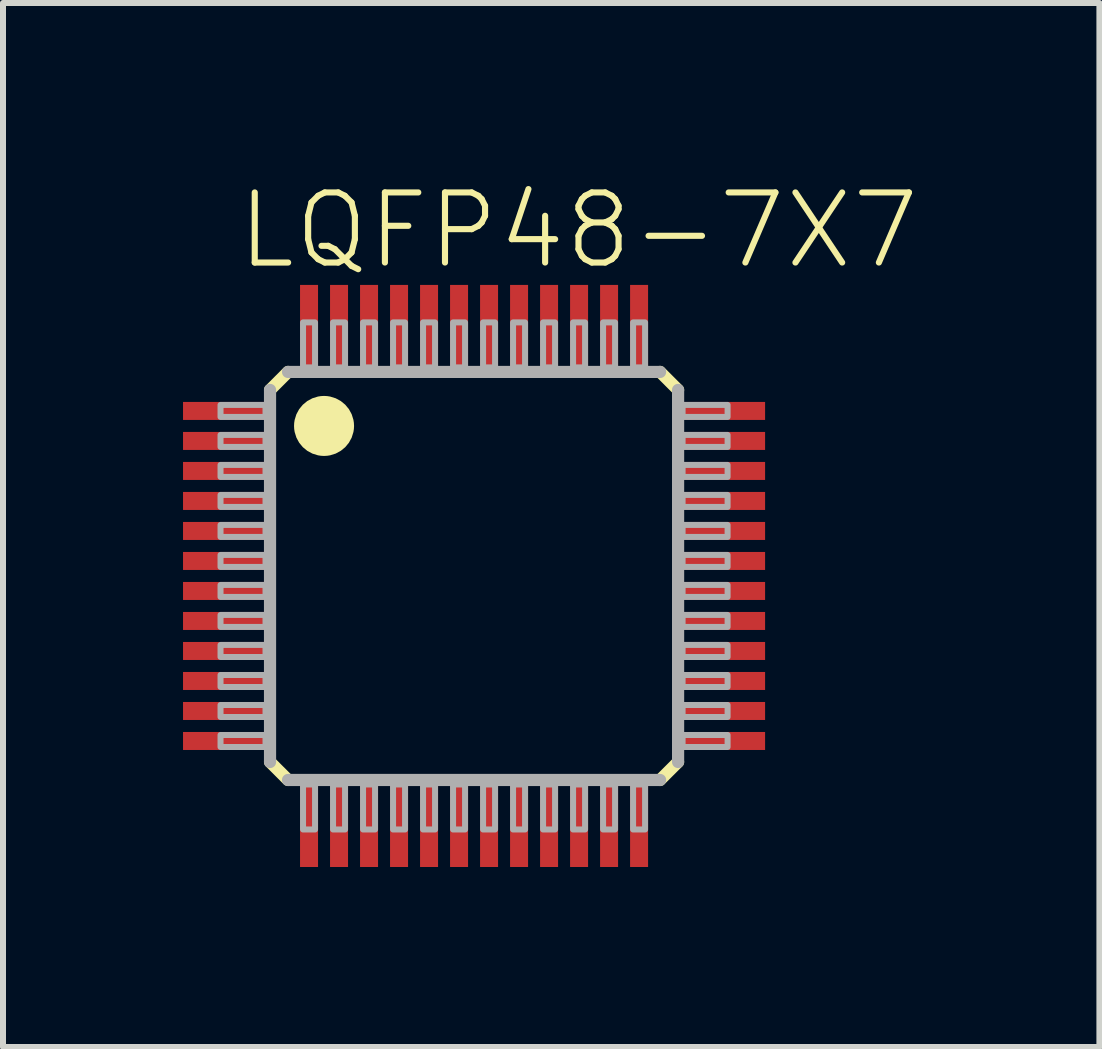
<source format=kicad_pcb>
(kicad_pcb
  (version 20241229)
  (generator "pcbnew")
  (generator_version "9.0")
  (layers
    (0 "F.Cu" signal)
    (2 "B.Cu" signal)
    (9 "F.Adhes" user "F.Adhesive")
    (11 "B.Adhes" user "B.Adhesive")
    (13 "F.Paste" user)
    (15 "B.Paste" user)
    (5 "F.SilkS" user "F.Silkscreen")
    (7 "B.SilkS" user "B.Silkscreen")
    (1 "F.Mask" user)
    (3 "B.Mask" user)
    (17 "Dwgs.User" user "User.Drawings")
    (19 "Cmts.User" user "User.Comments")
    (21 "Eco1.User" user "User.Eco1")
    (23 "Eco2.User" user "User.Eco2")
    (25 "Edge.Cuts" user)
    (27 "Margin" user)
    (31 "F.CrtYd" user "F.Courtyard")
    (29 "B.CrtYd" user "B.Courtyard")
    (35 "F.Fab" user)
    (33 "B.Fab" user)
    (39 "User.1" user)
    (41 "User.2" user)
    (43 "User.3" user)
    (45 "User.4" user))
  (footprint "LQFP48-7X7"
    (layer "F.Cu")
    (at 4.85 6.548)
    (property "Reference" "LQFP48-7X7" (at -4 -5.075 0) (layer "F.SilkS") (effects (font (size 1.168 1.168) (thickness 0.102)) (justify left bottom)))
    (fp_poly (pts (xy -4.8 -2.6) (xy -3.4 -2.6) (xy -3.4 -2.9) (xy -4.8 -2.9)) (stroke (width 0.1) (type solid)) (fill no) (layer "F.Mask"))
    (fp_poly (pts (xy -4.8 -2.1) (xy -3.4 -2.1) (xy -3.4 -2.4) (xy -4.8 -2.4)) (stroke (width 0.1) (type solid)) (fill no) (layer "F.Mask"))
    (fp_poly (pts (xy -4.8 -1.6) (xy -3.4 -1.6) (xy -3.4 -1.9) (xy -4.8 -1.9)) (stroke (width 0.1) (type solid)) (fill no) (layer "F.Mask"))
    (fp_poly (pts (xy -4.8 -1.1) (xy -3.4 -1.1) (xy -3.4 -1.4) (xy -4.8 -1.4)) (stroke (width 0.1) (type solid)) (fill no) (layer "F.Mask"))
    (fp_poly (pts (xy -4.8 -0.6) (xy -3.4 -0.6) (xy -3.4 -0.9) (xy -4.8 -0.9)) (stroke (width 0.1) (type solid)) (fill no) (layer "F.Mask"))
    (fp_poly (pts (xy -4.8 -0.1) (xy -3.4 -0.1) (xy -3.4 -0.4) (xy -4.8 -0.4)) (stroke (width 0.1) (type solid)) (fill no) (layer "F.Mask"))
    (fp_poly (pts (xy -4.8 0.4) (xy -3.4 0.4) (xy -3.4 0.1) (xy -4.8 0.1)) (stroke (width 0.1) (type solid)) (fill no) (layer "F.Mask"))
    (fp_poly (pts (xy -4.8 0.9) (xy -3.4 0.9) (xy -3.4 0.6) (xy -4.8 0.6)) (stroke (width 0.1) (type solid)) (fill no) (layer "F.Mask"))
    (fp_poly (pts (xy -4.8 1.4) (xy -3.4 1.4) (xy -3.4 1.1) (xy -4.8 1.1)) (stroke (width 0.1) (type solid)) (fill no) (layer "F.Mask"))
    (fp_poly (pts (xy -4.8 1.9) (xy -3.4 1.9) (xy -3.4 1.6) (xy -4.8 1.6)) (stroke (width 0.1) (type solid)) (fill no) (layer "F.Mask"))
    (fp_poly (pts (xy -4.8 2.4) (xy -3.4 2.4) (xy -3.4 2.1) (xy -4.8 2.1)) (stroke (width 0.1) (type solid)) (fill no) (layer "F.Mask"))
    (fp_poly (pts (xy -4.8 2.9) (xy -3.4 2.9) (xy -3.4 2.6) (xy -4.8 2.6)) (stroke (width 0.1) (type solid)) (fill no) (layer "F.Mask"))
    (fp_poly (pts (xy -2.9 -3.4) (xy -2.6 -3.4) (xy -2.6 -4.8) (xy -2.9 -4.8)) (stroke (width 0.1) (type solid)) (fill no) (layer "F.Mask"))
    (fp_poly (pts (xy -2.9 4.8) (xy -2.6 4.8) (xy -2.6 3.4) (xy -2.9 3.4)) (stroke (width 0.1) (type solid)) (fill no) (layer "F.Mask"))
    (fp_poly (pts (xy -2.4 -3.4) (xy -2.1 -3.4) (xy -2.1 -4.8) (xy -2.4 -4.8)) (stroke (width 0.1) (type solid)) (fill no) (layer "F.Mask"))
    (fp_poly (pts (xy -2.4 4.8) (xy -2.1 4.8) (xy -2.1 3.4) (xy -2.4 3.4)) (stroke (width 0.1) (type solid)) (fill no) (layer "F.Mask"))
    (fp_poly (pts (xy -1.9 -3.4) (xy -1.6 -3.4) (xy -1.6 -4.8) (xy -1.9 -4.8)) (stroke (width 0.1) (type solid)) (fill no) (layer "F.Mask"))
    (fp_poly (pts (xy -1.9 4.8) (xy -1.6 4.8) (xy -1.6 3.4) (xy -1.9 3.4)) (stroke (width 0.1) (type solid)) (fill no) (layer "F.Mask"))
    (fp_poly (pts (xy -1.4 -3.4) (xy -1.1 -3.4) (xy -1.1 -4.8) (xy -1.4 -4.8)) (stroke (width 0.1) (type solid)) (fill no) (layer "F.Mask"))
    (fp_poly (pts (xy -1.4 4.8) (xy -1.1 4.8) (xy -1.1 3.4) (xy -1.4 3.4)) (stroke (width 0.1) (type solid)) (fill no) (layer "F.Mask"))
    (fp_poly (pts (xy -0.9 -3.4) (xy -0.6 -3.4) (xy -0.6 -4.8) (xy -0.9 -4.8)) (stroke (width 0.1) (type solid)) (fill no) (layer "F.Mask"))
    (fp_poly (pts (xy -0.9 4.8) (xy -0.6 4.8) (xy -0.6 3.4) (xy -0.9 3.4)) (stroke (width 0.1) (type solid)) (fill no) (layer "F.Mask"))
    (fp_poly (pts (xy -0.4 -3.4) (xy -0.1 -3.4) (xy -0.1 -4.8) (xy -0.4 -4.8)) (stroke (width 0.1) (type solid)) (fill no) (layer "F.Mask"))
    (fp_poly (pts (xy -0.4 4.8) (xy -0.1 4.8) (xy -0.1 3.4) (xy -0.4 3.4)) (stroke (width 0.1) (type solid)) (fill no) (layer "F.Mask"))
    (fp_poly (pts (xy 0.1 -3.4) (xy 0.4 -3.4) (xy 0.4 -4.8) (xy 0.1 -4.8)) (stroke (width 0.1) (type solid)) (fill no) (layer "F.Mask"))
    (fp_poly (pts (xy 0.1 4.8) (xy 0.4 4.8) (xy 0.4 3.4) (xy 0.1 3.4)) (stroke (width 0.1) (type solid)) (fill no) (layer "F.Mask"))
    (fp_poly (pts (xy 0.6 -3.4) (xy 0.9 -3.4) (xy 0.9 -4.8) (xy 0.6 -4.8)) (stroke (width 0.1) (type solid)) (fill no) (layer "F.Mask"))
    (fp_poly (pts (xy 0.6 4.8) (xy 0.9 4.8) (xy 0.9 3.4) (xy 0.6 3.4)) (stroke (width 0.1) (type solid)) (fill no) (layer "F.Mask"))
    (fp_poly (pts (xy 1.1 -3.4) (xy 1.4 -3.4) (xy 1.4 -4.8) (xy 1.1 -4.8)) (stroke (width 0.1) (type solid)) (fill no) (layer "F.Mask"))
    (fp_poly (pts (xy 1.1 4.8) (xy 1.4 4.8) (xy 1.4 3.4) (xy 1.1 3.4)) (stroke (width 0.1) (type solid)) (fill no) (layer "F.Mask"))
    (fp_poly (pts (xy 1.6 -3.4) (xy 1.9 -3.4) (xy 1.9 -4.8) (xy 1.6 -4.8)) (stroke (width 0.1) (type solid)) (fill no) (layer "F.Mask"))
    (fp_poly (pts (xy 1.6 4.8) (xy 1.9 4.8) (xy 1.9 3.4) (xy 1.6 3.4)) (stroke (width 0.1) (type solid)) (fill no) (layer "F.Mask"))
    (fp_poly (pts (xy 2.1 -3.4) (xy 2.4 -3.4) (xy 2.4 -4.8) (xy 2.1 -4.8)) (stroke (width 0.1) (type solid)) (fill no) (layer "F.Mask"))
    (fp_poly (pts (xy 2.1 4.8) (xy 2.4 4.8) (xy 2.4 3.4) (xy 2.1 3.4)) (stroke (width 0.1) (type solid)) (fill no) (layer "F.Mask"))
    (fp_poly (pts (xy 2.6 -3.4) (xy 2.9 -3.4) (xy 2.9 -4.8) (xy 2.6 -4.8)) (stroke (width 0.1) (type solid)) (fill no) (layer "F.Mask"))
    (fp_poly (pts (xy 2.6 4.8) (xy 2.9 4.8) (xy 2.9 3.4) (xy 2.6 3.4)) (stroke (width 0.1) (type solid)) (fill no) (layer "F.Mask"))
    (fp_poly (pts (xy 3.4 -2.6) (xy 4.8 -2.6) (xy 4.8 -2.9) (xy 3.4 -2.9)) (stroke (width 0.1) (type solid)) (fill no) (layer "F.Mask"))
    (fp_poly (pts (xy 3.4 -2.1) (xy 4.8 -2.1) (xy 4.8 -2.4) (xy 3.4 -2.4)) (stroke (width 0.1) (type solid)) (fill no) (layer "F.Mask"))
    (fp_poly (pts (xy 3.4 -1.6) (xy 4.8 -1.6) (xy 4.8 -1.9) (xy 3.4 -1.9)) (stroke (width 0.1) (type solid)) (fill no) (layer "F.Mask"))
    (fp_poly (pts (xy 3.4 -1.1) (xy 4.8 -1.1) (xy 4.8 -1.4) (xy 3.4 -1.4)) (stroke (width 0.1) (type solid)) (fill no) (layer "F.Mask"))
    (fp_poly (pts (xy 3.4 -0.6) (xy 4.8 -0.6) (xy 4.8 -0.9) (xy 3.4 -0.9)) (stroke (width 0.1) (type solid)) (fill no) (layer "F.Mask"))
    (fp_poly (pts (xy 3.4 -0.1) (xy 4.8 -0.1) (xy 4.8 -0.4) (xy 3.4 -0.4)) (stroke (width 0.1) (type solid)) (fill no) (layer "F.Mask"))
    (fp_poly (pts (xy 3.4 0.4) (xy 4.8 0.4) (xy 4.8 0.1) (xy 3.4 0.1)) (stroke (width 0.1) (type solid)) (fill no) (layer "F.Mask"))
    (fp_poly (pts (xy 3.4 0.9) (xy 4.8 0.9) (xy 4.8 0.6) (xy 3.4 0.6)) (stroke (width 0.1) (type solid)) (fill no) (layer "F.Mask"))
    (fp_poly (pts (xy 3.4 1.4) (xy 4.8 1.4) (xy 4.8 1.1) (xy 3.4 1.1)) (stroke (width 0.1) (type solid)) (fill no) (layer "F.Mask"))
    (fp_poly (pts (xy 3.4 1.9) (xy 4.8 1.9) (xy 4.8 1.6) (xy 3.4 1.6)) (stroke (width 0.1) (type solid)) (fill no) (layer "F.Mask"))
    (fp_poly (pts (xy 3.4 2.4) (xy 4.8 2.4) (xy 4.8 2.1) (xy 3.4 2.1)) (stroke (width 0.1) (type solid)) (fill no) (layer "F.Mask"))
    (fp_poly (pts (xy 3.4 2.9) (xy 4.8 2.9) (xy 4.8 2.6) (xy 3.4 2.6)) (stroke (width 0.1) (type solid)) (fill no) (layer "F.Mask"))
    (fp_line (start -3.4 -3.1) (end -3.1 -3.4) (stroke (width 0.203) (type solid)) (layer "F.SilkS"))
    (fp_line (start -3.1 3.4) (end -3.4 3.1) (stroke (width 0.203) (type solid)) (layer "F.SilkS"))
    (fp_line (start 3.1 -3.4) (end 3.4 -3.1) (stroke (width 0.203) (type solid)) (layer "F.SilkS"))
    (fp_line (start 3.4 3.1) (end 3.1 3.4) (stroke (width 0.203) (type solid)) (layer "F.SilkS"))
    (fp_circle (center -2.5 -2.5) (end -2.25 -2.5) (stroke (width 0.5) (type solid)) (fill no) (layer "F.SilkS"))
    (fp_poly (pts (xy -4.375 -2.625) (xy -3.525 -2.625) (xy -3.525 -2.875) (xy -4.375 -2.875)) (stroke (width 0.1) (type solid)) (fill no) (layer "F.Paste"))
    (fp_poly (pts (xy -4.375 -2.125) (xy -3.525 -2.125) (xy -3.525 -2.375) (xy -4.375 -2.375)) (stroke (width 0.1) (type solid)) (fill no) (layer "F.Paste"))
    (fp_poly (pts (xy -4.375 -1.625) (xy -3.525 -1.625) (xy -3.525 -1.875) (xy -4.375 -1.875)) (stroke (width 0.1) (type solid)) (fill no) (layer "F.Paste"))
    (fp_poly (pts (xy -4.375 -1.125) (xy -3.525 -1.125) (xy -3.525 -1.375) (xy -4.375 -1.375)) (stroke (width 0.1) (type solid)) (fill no) (layer "F.Paste"))
    (fp_poly (pts (xy -4.375 -0.625) (xy -3.525 -0.625) (xy -3.525 -0.875) (xy -4.375 -0.875)) (stroke (width 0.1) (type solid)) (fill no) (layer "F.Paste"))
    (fp_poly (pts (xy -4.375 -0.125) (xy -3.525 -0.125) (xy -3.525 -0.375) (xy -4.375 -0.375)) (stroke (width 0.1) (type solid)) (fill no) (layer "F.Paste"))
    (fp_poly (pts (xy -4.375 0.375) (xy -3.525 0.375) (xy -3.525 0.125) (xy -4.375 0.125)) (stroke (width 0.1) (type solid)) (fill no) (layer "F.Paste"))
    (fp_poly (pts (xy -4.375 0.875) (xy -3.525 0.875) (xy -3.525 0.625) (xy -4.375 0.625)) (stroke (width 0.1) (type solid)) (fill no) (layer "F.Paste"))
    (fp_poly (pts (xy -4.375 1.375) (xy -3.525 1.375) (xy -3.525 1.125) (xy -4.375 1.125)) (stroke (width 0.1) (type solid)) (fill no) (layer "F.Paste"))
    (fp_poly (pts (xy -4.375 1.875) (xy -3.525 1.875) (xy -3.525 1.625) (xy -4.375 1.625)) (stroke (width 0.1) (type solid)) (fill no) (layer "F.Paste"))
    (fp_poly (pts (xy -4.375 2.375) (xy -3.525 2.375) (xy -3.525 2.125) (xy -4.375 2.125)) (stroke (width 0.1) (type solid)) (fill no) (layer "F.Paste"))
    (fp_poly (pts (xy -4.375 2.875) (xy -3.525 2.875) (xy -3.525 2.625) (xy -4.375 2.625)) (stroke (width 0.1) (type solid)) (fill no) (layer "F.Paste"))
    (fp_poly (pts (xy -2.875 -4.375) (xy -2.875 -3.525) (xy -2.625 -3.525) (xy -2.625 -4.375)) (stroke (width 0.1) (type solid)) (fill no) (layer "F.Paste"))
    (fp_poly (pts (xy -2.625 4.375) (xy -2.625 3.525) (xy -2.875 3.525) (xy -2.875 4.375)) (stroke (width 0.1) (type solid)) (fill no) (layer "F.Paste"))
    (fp_poly (pts (xy -2.375 -4.375) (xy -2.375 -3.525) (xy -2.125 -3.525) (xy -2.125 -4.375)) (stroke (width 0.1) (type solid)) (fill no) (layer "F.Paste"))
    (fp_poly (pts (xy -2.125 4.375) (xy -2.125 3.525) (xy -2.375 3.525) (xy -2.375 4.375)) (stroke (width 0.1) (type solid)) (fill no) (layer "F.Paste"))
    (fp_poly (pts (xy -1.875 -4.375) (xy -1.875 -3.525) (xy -1.625 -3.525) (xy -1.625 -4.375)) (stroke (width 0.1) (type solid)) (fill no) (layer "F.Paste"))
    (fp_poly (pts (xy -1.625 4.375) (xy -1.625 3.525) (xy -1.875 3.525) (xy -1.875 4.375)) (stroke (width 0.1) (type solid)) (fill no) (layer "F.Paste"))
    (fp_poly (pts (xy -1.375 -4.375) (xy -1.375 -3.525) (xy -1.125 -3.525) (xy -1.125 -4.375)) (stroke (width 0.1) (type solid)) (fill no) (layer "F.Paste"))
    (fp_poly (pts (xy -1.125 4.375) (xy -1.125 3.525) (xy -1.375 3.525) (xy -1.375 4.375)) (stroke (width 0.1) (type solid)) (fill no) (layer "F.Paste"))
    (fp_poly (pts (xy -0.875 -4.375) (xy -0.875 -3.525) (xy -0.625 -3.525) (xy -0.625 -4.375)) (stroke (width 0.1) (type solid)) (fill no) (layer "F.Paste"))
    (fp_poly (pts (xy -0.625 4.375) (xy -0.625 3.525) (xy -0.875 3.525) (xy -0.875 4.375)) (stroke (width 0.1) (type solid)) (fill no) (layer "F.Paste"))
    (fp_poly (pts (xy -0.375 -4.375) (xy -0.375 -3.525) (xy -0.125 -3.525) (xy -0.125 -4.375)) (stroke (width 0.1) (type solid)) (fill no) (layer "F.Paste"))
    (fp_poly (pts (xy -0.125 4.375) (xy -0.125 3.525) (xy -0.375 3.525) (xy -0.375 4.375)) (stroke (width 0.1) (type solid)) (fill no) (layer "F.Paste"))
    (fp_poly (pts (xy 0.125 -4.375) (xy 0.125 -3.525) (xy 0.375 -3.525) (xy 0.375 -4.375)) (stroke (width 0.1) (type solid)) (fill no) (layer "F.Paste"))
    (fp_poly (pts (xy 0.375 4.375) (xy 0.375 3.525) (xy 0.125 3.525) (xy 0.125 4.375)) (stroke (width 0.1) (type solid)) (fill no) (layer "F.Paste"))
    (fp_poly (pts (xy 0.625 -4.375) (xy 0.625 -3.525) (xy 0.875 -3.525) (xy 0.875 -4.375)) (stroke (width 0.1) (type solid)) (fill no) (layer "F.Paste"))
    (fp_poly (pts (xy 0.875 4.375) (xy 0.875 3.525) (xy 0.625 3.525) (xy 0.625 4.375)) (stroke (width 0.1) (type solid)) (fill no) (layer "F.Paste"))
    (fp_poly (pts (xy 1.125 -4.375) (xy 1.125 -3.525) (xy 1.375 -3.525) (xy 1.375 -4.375)) (stroke (width 0.1) (type solid)) (fill no) (layer "F.Paste"))
    (fp_poly (pts (xy 1.375 4.375) (xy 1.375 3.525) (xy 1.125 3.525) (xy 1.125 4.375)) (stroke (width 0.1) (type solid)) (fill no) (layer "F.Paste"))
    (fp_poly (pts (xy 1.625 -4.375) (xy 1.625 -3.525) (xy 1.875 -3.525) (xy 1.875 -4.375)) (stroke (width 0.1) (type solid)) (fill no) (layer "F.Paste"))
    (fp_poly (pts (xy 1.875 4.375) (xy 1.875 3.525) (xy 1.625 3.525) (xy 1.625 4.375)) (stroke (width 0.1) (type solid)) (fill no) (layer "F.Paste"))
    (fp_poly (pts (xy 2.125 -4.375) (xy 2.125 -3.525) (xy 2.375 -3.525) (xy 2.375 -4.375)) (stroke (width 0.1) (type solid)) (fill no) (layer "F.Paste"))
    (fp_poly (pts (xy 2.375 4.375) (xy 2.375 3.525) (xy 2.125 3.525) (xy 2.125 4.375)) (stroke (width 0.1) (type solid)) (fill no) (layer "F.Paste"))
    (fp_poly (pts (xy 2.625 -4.375) (xy 2.625 -3.525) (xy 2.875 -3.525) (xy 2.875 -4.375)) (stroke (width 0.1) (type solid)) (fill no) (layer "F.Paste"))
    (fp_poly (pts (xy 2.875 4.375) (xy 2.875 3.525) (xy 2.625 3.525) (xy 2.625 4.375)) (stroke (width 0.1) (type solid)) (fill no) (layer "F.Paste"))
    (fp_poly (pts (xy 4.375 -2.875) (xy 3.525 -2.875) (xy 3.525 -2.625) (xy 4.375 -2.625)) (stroke (width 0.1) (type solid)) (fill no) (layer "F.Paste"))
    (fp_poly (pts (xy 4.375 -2.375) (xy 3.525 -2.375) (xy 3.525 -2.125) (xy 4.375 -2.125)) (stroke (width 0.1) (type solid)) (fill no) (layer "F.Paste"))
    (fp_poly (pts (xy 4.375 -1.875) (xy 3.525 -1.875) (xy 3.525 -1.625) (xy 4.375 -1.625)) (stroke (width 0.1) (type solid)) (fill no) (layer "F.Paste"))
    (fp_poly (pts (xy 4.375 -1.375) (xy 3.525 -1.375) (xy 3.525 -1.125) (xy 4.375 -1.125)) (stroke (width 0.1) (type solid)) (fill no) (layer "F.Paste"))
    (fp_poly (pts (xy 4.375 -0.875) (xy 3.525 -0.875) (xy 3.525 -0.625) (xy 4.375 -0.625)) (stroke (width 0.1) (type solid)) (fill no) (layer "F.Paste"))
    (fp_poly (pts (xy 4.375 -0.375) (xy 3.525 -0.375) (xy 3.525 -0.125) (xy 4.375 -0.125)) (stroke (width 0.1) (type solid)) (fill no) (layer "F.Paste"))
    (fp_poly (pts (xy 4.375 0.125) (xy 3.525 0.125) (xy 3.525 0.375) (xy 4.375 0.375)) (stroke (width 0.1) (type solid)) (fill no) (layer "F.Paste"))
    (fp_poly (pts (xy 4.375 0.625) (xy 3.525 0.625) (xy 3.525 0.875) (xy 4.375 0.875)) (stroke (width 0.1) (type solid)) (fill no) (layer "F.Paste"))
    (fp_poly (pts (xy 4.375 1.125) (xy 3.525 1.125) (xy 3.525 1.375) (xy 4.375 1.375)) (stroke (width 0.1) (type solid)) (fill no) (layer "F.Paste"))
    (fp_poly (pts (xy 4.375 1.625) (xy 3.525 1.625) (xy 3.525 1.875) (xy 4.375 1.875)) (stroke (width 0.1) (type solid)) (fill no) (layer "F.Paste"))
    (fp_poly (pts (xy 4.375 2.125) (xy 3.525 2.125) (xy 3.525 2.375) (xy 4.375 2.375)) (stroke (width 0.1) (type solid)) (fill no) (layer "F.Paste"))
    (fp_poly (pts (xy 4.375 2.625) (xy 3.525 2.625) (xy 3.525 2.875) (xy 4.375 2.875)) (stroke (width 0.1) (type solid)) (fill no) (layer "F.Paste"))
    (fp_line (start -3.4 3.1) (end -3.4 -3.1) (stroke (width 0.203) (type solid)) (layer "F.Fab"))
    (fp_line (start -3.1 -3.4) (end 3.1 -3.4) (stroke (width 0.203) (type solid)) (layer "F.Fab"))
    (fp_line (start 3.1 3.4) (end -3.1 3.4) (stroke (width 0.203) (type solid)) (layer "F.Fab"))
    (fp_line (start 3.4 -3.1) (end 3.4 3.1) (stroke (width 0.203) (type solid)) (layer "F.Fab"))
    (fp_poly (pts (xy -4.225 -2.65) (xy -3.475 -2.65) (xy -3.475 -2.85) (xy -4.225 -2.85)) (stroke (width 0.1) (type solid)) (fill no) (layer "F.Fab"))
    (fp_poly (pts (xy -4.225 -2.15) (xy -3.475 -2.15) (xy -3.475 -2.35) (xy -4.225 -2.35)) (stroke (width 0.1) (type solid)) (fill no) (layer "F.Fab"))
    (fp_poly (pts (xy -4.225 -1.65) (xy -3.475 -1.65) (xy -3.475 -1.85) (xy -4.225 -1.85)) (stroke (width 0.1) (type solid)) (fill no) (layer "F.Fab"))
    (fp_poly (pts (xy -4.225 -1.15) (xy -3.475 -1.15) (xy -3.475 -1.35) (xy -4.225 -1.35)) (stroke (width 0.1) (type solid)) (fill no) (layer "F.Fab"))
    (fp_poly (pts (xy -4.225 -0.65) (xy -3.475 -0.65) (xy -3.475 -0.85) (xy -4.225 -0.85)) (stroke (width 0.1) (type solid)) (fill no) (layer "F.Fab"))
    (fp_poly (pts (xy -4.225 -0.15) (xy -3.475 -0.15) (xy -3.475 -0.35) (xy -4.225 -0.35)) (stroke (width 0.1) (type solid)) (fill no) (layer "F.Fab"))
    (fp_poly (pts (xy -4.225 0.35) (xy -3.475 0.35) (xy -3.475 0.15) (xy -4.225 0.15)) (stroke (width 0.1) (type solid)) (fill no) (layer "F.Fab"))
    (fp_poly (pts (xy -4.225 0.85) (xy -3.475 0.85) (xy -3.475 0.65) (xy -4.225 0.65)) (stroke (width 0.1) (type solid)) (fill no) (layer "F.Fab"))
    (fp_poly (pts (xy -4.225 1.35) (xy -3.475 1.35) (xy -3.475 1.15) (xy -4.225 1.15)) (stroke (width 0.1) (type solid)) (fill no) (layer "F.Fab"))
    (fp_poly (pts (xy -4.225 1.85) (xy -3.475 1.85) (xy -3.475 1.65) (xy -4.225 1.65)) (stroke (width 0.1) (type solid)) (fill no) (layer "F.Fab"))
    (fp_poly (pts (xy -4.225 2.35) (xy -3.475 2.35) (xy -3.475 2.15) (xy -4.225 2.15)) (stroke (width 0.1) (type solid)) (fill no) (layer "F.Fab"))
    (fp_poly (pts (xy -4.225 2.85) (xy -3.475 2.85) (xy -3.475 2.65) (xy -4.225 2.65)) (stroke (width 0.1) (type solid)) (fill no) (layer "F.Fab"))
    (fp_poly (pts (xy -2.85 -4.225) (xy -2.85 -3.475) (xy -2.65 -3.475) (xy -2.65 -4.225)) (stroke (width 0.1) (type solid)) (fill no) (layer "F.Fab"))
    (fp_poly (pts (xy -2.65 4.225) (xy -2.65 3.475) (xy -2.85 3.475) (xy -2.85 4.225)) (stroke (width 0.1) (type solid)) (fill no) (layer "F.Fab"))
    (fp_poly (pts (xy -2.35 -4.225) (xy -2.35 -3.475) (xy -2.15 -3.475) (xy -2.15 -4.225)) (stroke (width 0.1) (type solid)) (fill no) (layer "F.Fab"))
    (fp_poly (pts (xy -2.15 4.225) (xy -2.15 3.475) (xy -2.35 3.475) (xy -2.35 4.225)) (stroke (width 0.1) (type solid)) (fill no) (layer "F.Fab"))
    (fp_poly (pts (xy -1.85 -4.225) (xy -1.85 -3.475) (xy -1.65 -3.475) (xy -1.65 -4.225)) (stroke (width 0.1) (type solid)) (fill no) (layer "F.Fab"))
    (fp_poly (pts (xy -1.65 4.225) (xy -1.65 3.475) (xy -1.85 3.475) (xy -1.85 4.225)) (stroke (width 0.1) (type solid)) (fill no) (layer "F.Fab"))
    (fp_poly (pts (xy -1.35 -4.225) (xy -1.35 -3.475) (xy -1.15 -3.475) (xy -1.15 -4.225)) (stroke (width 0.1) (type solid)) (fill no) (layer "F.Fab"))
    (fp_poly (pts (xy -1.15 4.225) (xy -1.15 3.475) (xy -1.35 3.475) (xy -1.35 4.225)) (stroke (width 0.1) (type solid)) (fill no) (layer "F.Fab"))
    (fp_poly (pts (xy -0.85 -4.225) (xy -0.85 -3.475) (xy -0.65 -3.475) (xy -0.65 -4.225)) (stroke (width 0.1) (type solid)) (fill no) (layer "F.Fab"))
    (fp_poly (pts (xy -0.65 4.225) (xy -0.65 3.475) (xy -0.85 3.475) (xy -0.85 4.225)) (stroke (width 0.1) (type solid)) (fill no) (layer "F.Fab"))
    (fp_poly (pts (xy -0.35 -4.225) (xy -0.35 -3.475) (xy -0.15 -3.475) (xy -0.15 -4.225)) (stroke (width 0.1) (type solid)) (fill no) (layer "F.Fab"))
    (fp_poly (pts (xy -0.15 4.225) (xy -0.15 3.475) (xy -0.35 3.475) (xy -0.35 4.225)) (stroke (width 0.1) (type solid)) (fill no) (layer "F.Fab"))
    (fp_poly (pts (xy 0.15 -4.225) (xy 0.15 -3.475) (xy 0.35 -3.475) (xy 0.35 -4.225)) (stroke (width 0.1) (type solid)) (fill no) (layer "F.Fab"))
    (fp_poly (pts (xy 0.35 4.225) (xy 0.35 3.475) (xy 0.15 3.475) (xy 0.15 4.225)) (stroke (width 0.1) (type solid)) (fill no) (layer "F.Fab"))
    (fp_poly (pts (xy 0.65 -4.225) (xy 0.65 -3.475) (xy 0.85 -3.475) (xy 0.85 -4.225)) (stroke (width 0.1) (type solid)) (fill no) (layer "F.Fab"))
    (fp_poly (pts (xy 0.85 4.225) (xy 0.85 3.475) (xy 0.65 3.475) (xy 0.65 4.225)) (stroke (width 0.1) (type solid)) (fill no) (layer "F.Fab"))
    (fp_poly (pts (xy 1.15 -4.225) (xy 1.15 -3.475) (xy 1.35 -3.475) (xy 1.35 -4.225)) (stroke (width 0.1) (type solid)) (fill no) (layer "F.Fab"))
    (fp_poly (pts (xy 1.35 4.225) (xy 1.35 3.475) (xy 1.15 3.475) (xy 1.15 4.225)) (stroke (width 0.1) (type solid)) (fill no) (layer "F.Fab"))
    (fp_poly (pts (xy 1.65 -4.225) (xy 1.65 -3.475) (xy 1.85 -3.475) (xy 1.85 -4.225)) (stroke (width 0.1) (type solid)) (fill no) (layer "F.Fab"))
    (fp_poly (pts (xy 1.85 4.225) (xy 1.85 3.475) (xy 1.65 3.475) (xy 1.65 4.225)) (stroke (width 0.1) (type solid)) (fill no) (layer "F.Fab"))
    (fp_poly (pts (xy 2.15 -4.225) (xy 2.15 -3.475) (xy 2.35 -3.475) (xy 2.35 -4.225)) (stroke (width 0.1) (type solid)) (fill no) (layer "F.Fab"))
    (fp_poly (pts (xy 2.35 4.225) (xy 2.35 3.475) (xy 2.15 3.475) (xy 2.15 4.225)) (stroke (width 0.1) (type solid)) (fill no) (layer "F.Fab"))
    (fp_poly (pts (xy 2.65 -4.225) (xy 2.65 -3.475) (xy 2.85 -3.475) (xy 2.85 -4.225)) (stroke (width 0.1) (type solid)) (fill no) (layer "F.Fab"))
    (fp_poly (pts (xy 2.85 4.225) (xy 2.85 3.475) (xy 2.65 3.475) (xy 2.65 4.225)) (stroke (width 0.1) (type solid)) (fill no) (layer "F.Fab"))
    (fp_poly (pts (xy 4.225 -2.85) (xy 3.475 -2.85) (xy 3.475 -2.65) (xy 4.225 -2.65)) (stroke (width 0.1) (type solid)) (fill no) (layer "F.Fab"))
    (fp_poly (pts (xy 4.225 -2.35) (xy 3.475 -2.35) (xy 3.475 -2.15) (xy 4.225 -2.15)) (stroke (width 0.1) (type solid)) (fill no) (layer "F.Fab"))
    (fp_poly (pts (xy 4.225 -1.85) (xy 3.475 -1.85) (xy 3.475 -1.65) (xy 4.225 -1.65)) (stroke (width 0.1) (type solid)) (fill no) (layer "F.Fab"))
    (fp_poly (pts (xy 4.225 -1.35) (xy 3.475 -1.35) (xy 3.475 -1.15) (xy 4.225 -1.15)) (stroke (width 0.1) (type solid)) (fill no) (layer "F.Fab"))
    (fp_poly (pts (xy 4.225 -0.85) (xy 3.475 -0.85) (xy 3.475 -0.65) (xy 4.225 -0.65)) (stroke (width 0.1) (type solid)) (fill no) (layer "F.Fab"))
    (fp_poly (pts (xy 4.225 -0.35) (xy 3.475 -0.35) (xy 3.475 -0.15) (xy 4.225 -0.15)) (stroke (width 0.1) (type solid)) (fill no) (layer "F.Fab"))
    (fp_poly (pts (xy 4.225 0.15) (xy 3.475 0.15) (xy 3.475 0.35) (xy 4.225 0.35)) (stroke (width 0.1) (type solid)) (fill no) (layer "F.Fab"))
    (fp_poly (pts (xy 4.225 0.65) (xy 3.475 0.65) (xy 3.475 0.85) (xy 4.225 0.85)) (stroke (width 0.1) (type solid)) (fill no) (layer "F.Fab"))
    (fp_poly (pts (xy 4.225 1.15) (xy 3.475 1.15) (xy 3.475 1.35) (xy 4.225 1.35)) (stroke (width 0.1) (type solid)) (fill no) (layer "F.Fab"))
    (fp_poly (pts (xy 4.225 1.65) (xy 3.475 1.65) (xy 3.475 1.85) (xy 4.225 1.85)) (stroke (width 0.1) (type solid)) (fill no) (layer "F.Fab"))
    (fp_poly (pts (xy 4.225 2.15) (xy 3.475 2.15) (xy 3.475 2.35) (xy 4.225 2.35)) (stroke (width 0.1) (type solid)) (fill no) (layer "F.Fab"))
    (fp_poly (pts (xy 4.225 2.65) (xy 3.475 2.65) (xy 3.475 2.85) (xy 4.225 2.85)) (stroke (width 0.1) (type solid)) (fill no) (layer "F.Fab"))
    (pad "1" smd rect (at -4.15 -2.75) (size 1.4 0.3) (layers "F.Cu"))
    (pad "2" smd rect (at -4.15 -2.25) (size 1.4 0.3) (layers "F.Cu"))
    (pad "3" smd rect (at -4.15 -1.75) (size 1.4 0.3) (layers "F.Cu"))
    (pad "4" smd rect (at -4.15 -1.25) (size 1.4 0.3) (layers "F.Cu"))
    (pad "5" smd rect (at -4.15 -0.75) (size 1.4 0.3) (layers "F.Cu"))
    (pad "6" smd rect (at -4.15 -0.25) (size 1.4 0.3) (layers "F.Cu"))
    (pad "7" smd rect (at -4.15 0.25) (size 1.4 0.3) (layers "F.Cu"))
    (pad "8" smd rect (at -4.15 0.75) (size 1.4 0.3) (layers "F.Cu"))
    (pad "9" smd rect (at -4.15 1.25) (size 1.4 0.3) (layers "F.Cu"))
    (pad "10" smd rect (at -4.15 1.75) (size 1.4 0.3) (layers "F.Cu"))
    (pad "11" smd rect (at -4.15 2.25) (size 1.4 0.3) (layers "F.Cu"))
    (pad "12" smd rect (at -4.15 2.75) (size 1.4 0.3) (layers "F.Cu"))
    (pad "13" smd rect (at -2.75 4.15 90) (size 1.4 0.3) (layers "F.Cu"))
    (pad "14" smd rect (at -2.25 4.15 90) (size 1.4 0.3) (layers "F.Cu"))
    (pad "15" smd rect (at -1.75 4.15 90) (size 1.4 0.3) (layers "F.Cu"))
    (pad "16" smd rect (at -1.25 4.15 90) (size 1.4 0.3) (layers "F.Cu"))
    (pad "17" smd rect (at -0.75 4.15 90) (size 1.4 0.3) (layers "F.Cu"))
    (pad "18" smd rect (at -0.25 4.15 90) (size 1.4 0.3) (layers "F.Cu"))
    (pad "19" smd rect (at 0.25 4.15 90) (size 1.4 0.3) (layers "F.Cu"))
    (pad "20" smd rect (at 0.75 4.15 90) (size 1.4 0.3) (layers "F.Cu"))
    (pad "21" smd rect (at 1.25 4.15 90) (size 1.4 0.3) (layers "F.Cu"))
    (pad "22" smd rect (at 1.75 4.15 90) (size 1.4 0.3) (layers "F.Cu"))
    (pad "23" smd rect (at 2.25 4.15 90) (size 1.4 0.3) (layers "F.Cu"))
    (pad "24" smd rect (at 2.75 4.15 90) (size 1.4 0.3) (layers "F.Cu"))
    (pad "25" smd rect (at 4.15 2.75 180) (size 1.4 0.3) (layers "F.Cu"))
    (pad "26" smd rect (at 4.15 2.25 180) (size 1.4 0.3) (layers "F.Cu"))
    (pad "27" smd rect (at 4.15 1.75 180) (size 1.4 0.3) (layers "F.Cu"))
    (pad "28" smd rect (at 4.15 1.25 180) (size 1.4 0.3) (layers "F.Cu"))
    (pad "29" smd rect (at 4.15 0.75 180) (size 1.4 0.3) (layers "F.Cu"))
    (pad "30" smd rect (at 4.15 0.25 180) (size 1.4 0.3) (layers "F.Cu"))
    (pad "31" smd rect (at 4.15 -0.25 180) (size 1.4 0.3) (layers "F.Cu"))
    (pad "32" smd rect (at 4.15 -0.75 180) (size 1.4 0.3) (layers "F.Cu"))
    (pad "33" smd rect (at 4.15 -1.25 180) (size 1.4 0.3) (layers "F.Cu"))
    (pad "34" smd rect (at 4.15 -1.75 180) (size 1.4 0.3) (layers "F.Cu"))
    (pad "35" smd rect (at 4.15 -2.25 180) (size 1.4 0.3) (layers "F.Cu"))
    (pad "36" smd rect (at 4.15 -2.75 180) (size 1.4 0.3) (layers "F.Cu"))
    (pad "37" smd rect (at 2.75 -4.15 270) (size 1.4 0.3) (layers "F.Cu"))
    (pad "38" smd rect (at 2.25 -4.15 270) (size 1.4 0.3) (layers "F.Cu"))
    (pad "39" smd rect (at 1.75 -4.15 270) (size 1.4 0.3) (layers "F.Cu"))
    (pad "40" smd rect (at 1.25 -4.15 270) (size 1.4 0.3) (layers "F.Cu"))
    (pad "41" smd rect (at 0.75 -4.15 270) (size 1.4 0.3) (layers "F.Cu"))
    (pad "42" smd rect (at 0.25 -4.15 270) (size 1.4 0.3) (layers "F.Cu"))
    (pad "43" smd rect (at -0.25 -4.15 270) (size 1.4 0.3) (layers "F.Cu"))
    (pad "44" smd rect (at -0.75 -4.15 270) (size 1.4 0.3) (layers "F.Cu"))
    (pad "45" smd rect (at -1.25 -4.15 270) (size 1.4 0.3) (layers "F.Cu"))
    (pad "46" smd rect (at -1.75 -4.15 270) (size 1.4 0.3) (layers "F.Cu"))
    (pad "47" smd rect (at -2.25 -4.15 270) (size 1.4 0.3) (layers "F.Cu"))
    (pad "48" smd rect (at -2.75 -4.15 270) (size 1.4 0.3) (layers "F.Cu")))
  (gr_rect
    (start -3 -3)
    (end 15.271 14.398)
    (stroke (width 0.1) (type default))
    (fill no)
    (layer "Edge.Cuts")))
</source>
